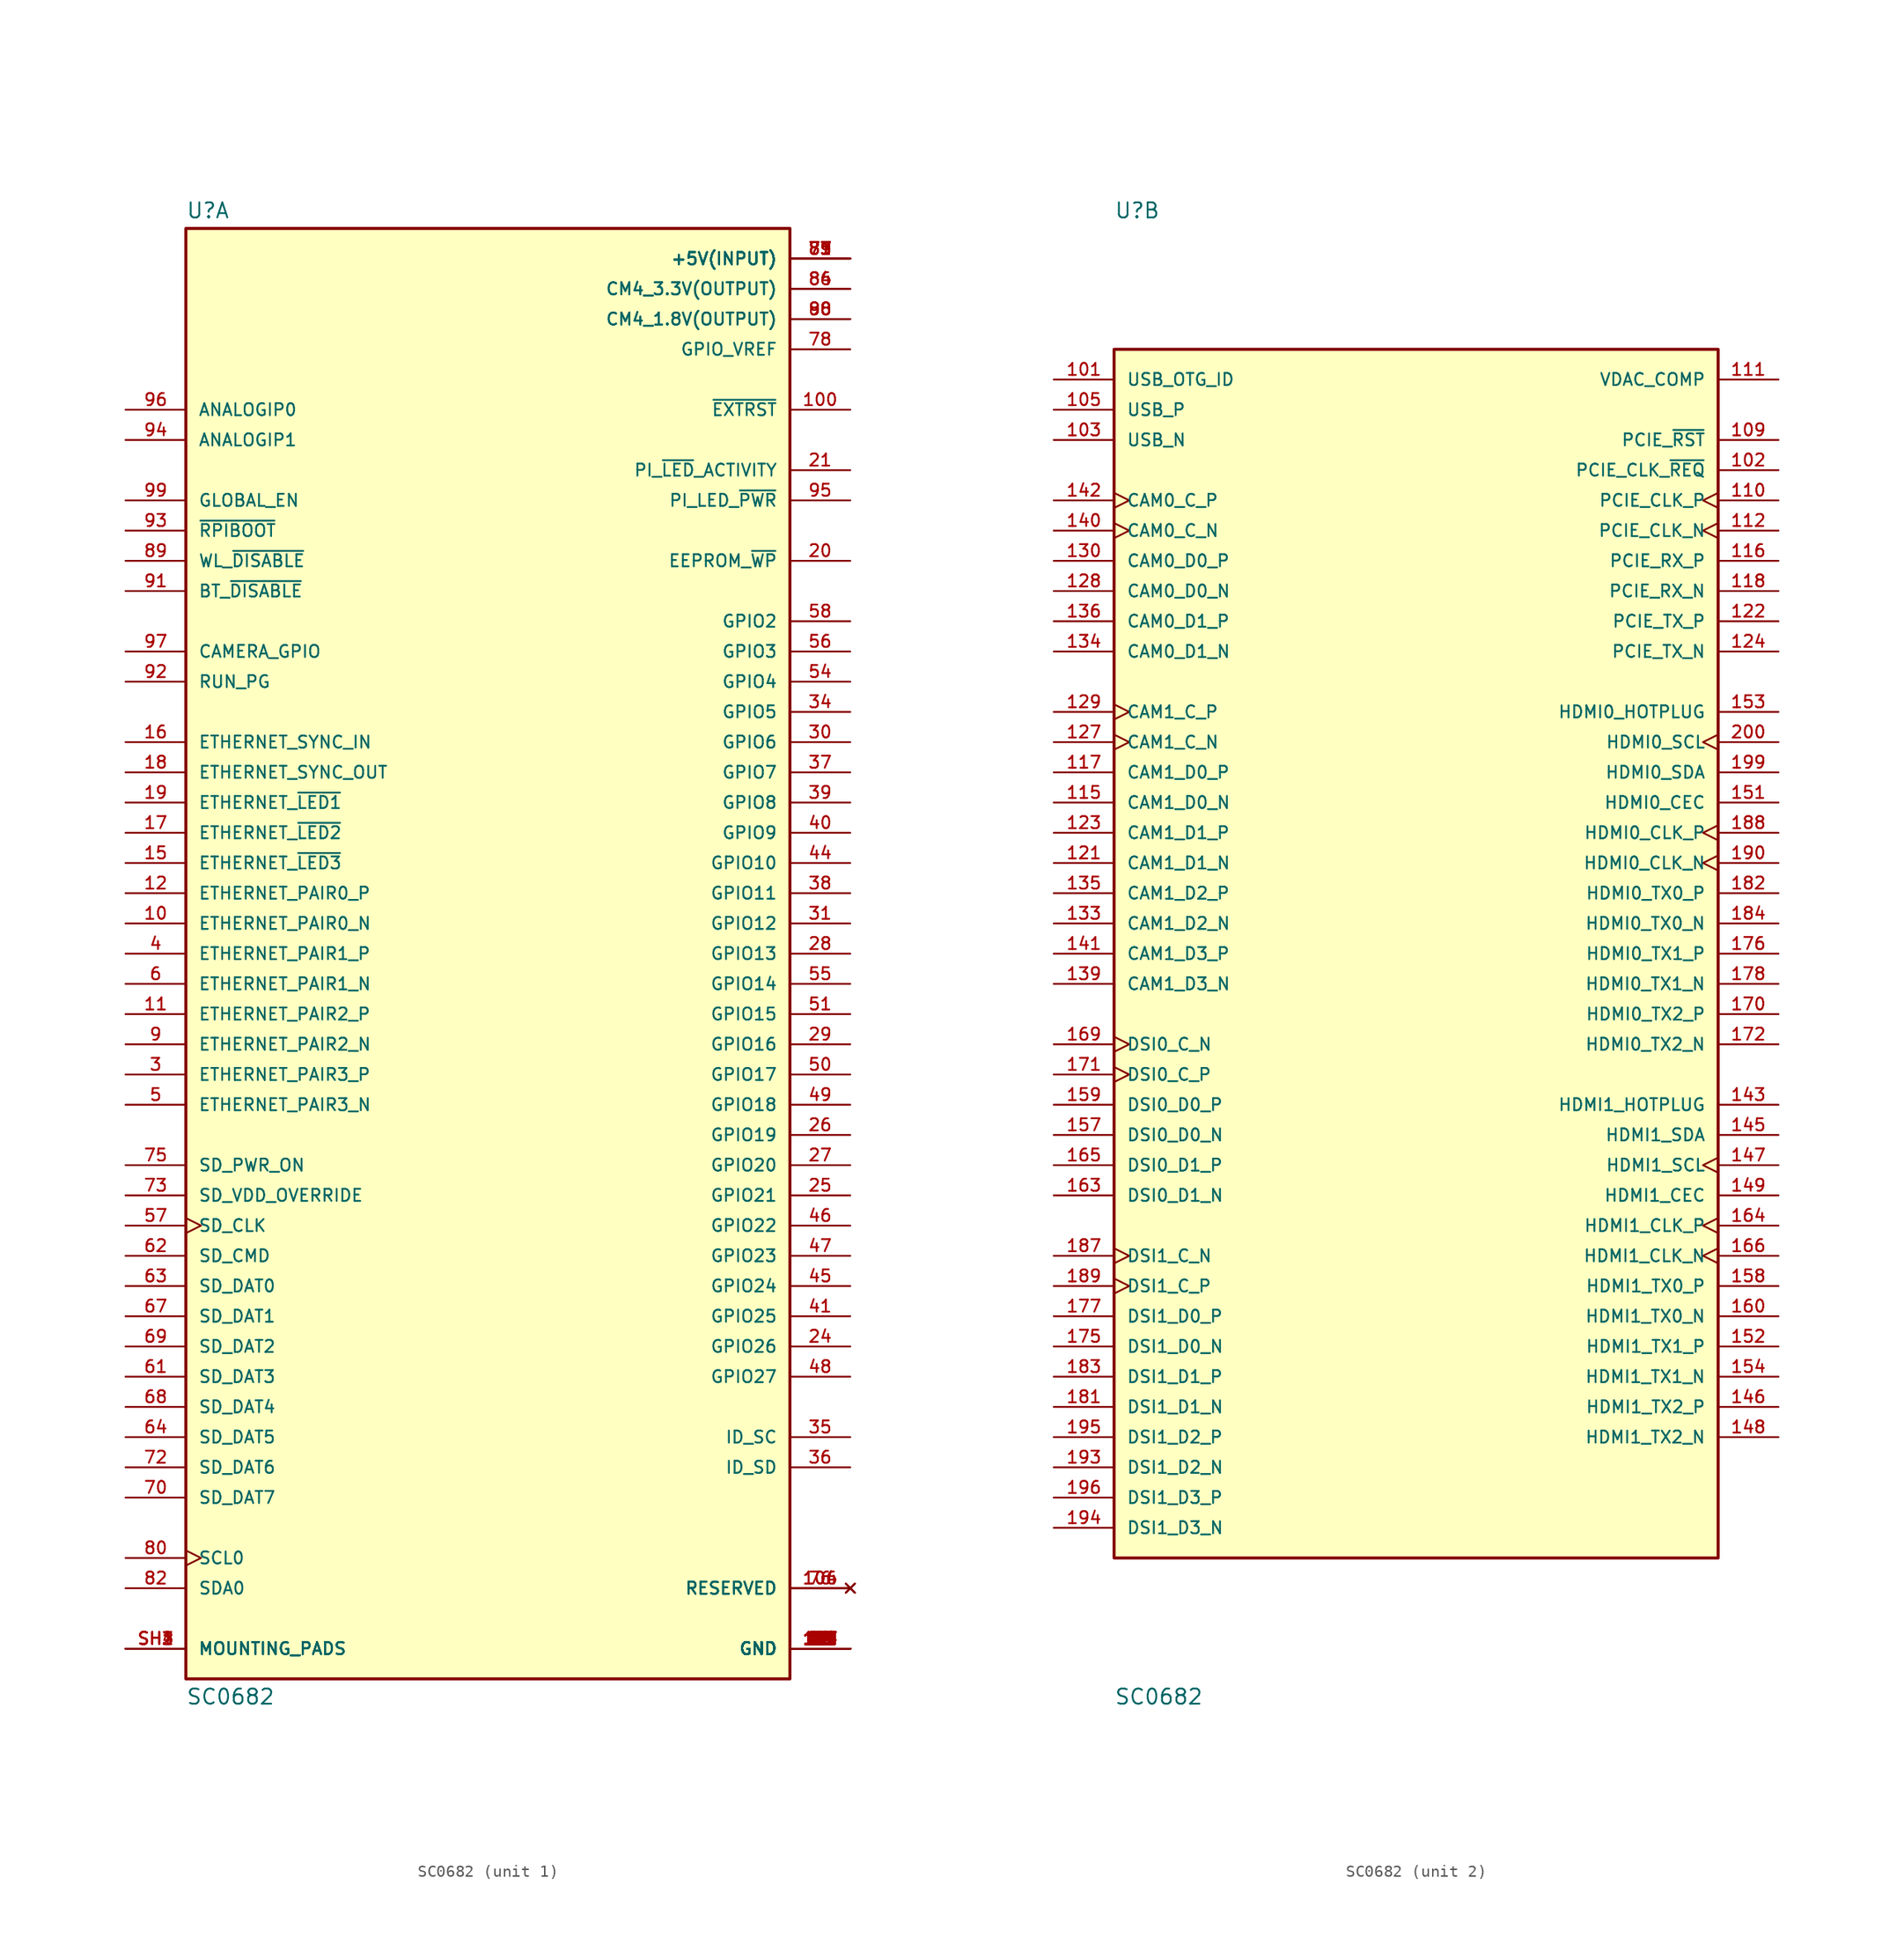
<source format=kicad_sym>
(kicad_symbol_lib
  (version 20211014)
  (generator kicad_symbol_editor)
  (symbol "SC0682"
    (pin_names
      (offset 1.016))
    (property "Reference" "U"
      (at -25.4 61.722 0)
      (effects (font (size 1.27 1.27)) (justify bottom left)))
    (property "Value" "SC0682"
      (at -25.4 -61.722 0)
      (effects (font (size 1.27 1.27)) (justify top left)))
    (symbol "SC0682_1_0"
      (rectangle (start -25.4 -60.96) (end 25.4 60.96) (stroke (width 0.254)) (fill (type background)))
      (pin power_in line (at 30.48 -58.42 180.0) (length 5.08) (name "GND" (effects (font (size 1.016 1.016)))) (number "1" (effects (font (size 1.016 1.016)))))
      (pin power_in line (at 30.48 -58.42 180.0) (length 5.08) (name "GND" (effects (font (size 1.016 1.016)))) (number "2" (effects (font (size 1.016 1.016)))))
      (pin power_in line (at 30.48 -58.42 180.0) (length 5.08) (name "GND" (effects (font (size 1.016 1.016)))) (number "7" (effects (font (size 1.016 1.016)))))
      (pin power_in line (at 30.48 -58.42 180.0) (length 5.08) (name "GND" (effects (font (size 1.016 1.016)))) (number "8" (effects (font (size 1.016 1.016)))))
      (pin power_in line (at 30.48 -58.42 180.0) (length 5.08) (name "GND" (effects (font (size 1.016 1.016)))) (number "13" (effects (font (size 1.016 1.016)))))
      (pin power_in line (at 30.48 -58.42 180.0) (length 5.08) (name "GND" (effects (font (size 1.016 1.016)))) (number "14" (effects (font (size 1.016 1.016)))))
      (pin power_in line (at 30.48 -58.42 180.0) (length 5.08) (name "GND" (effects (font (size 1.016 1.016)))) (number "22" (effects (font (size 1.016 1.016)))))
      (pin power_in line (at 30.48 -58.42 180.0) (length 5.08) (name "GND" (effects (font (size 1.016 1.016)))) (number "23" (effects (font (size 1.016 1.016)))))
      (pin power_in line (at 30.48 -58.42 180.0) (length 5.08) (name "GND" (effects (font (size 1.016 1.016)))) (number "32" (effects (font (size 1.016 1.016)))))
      (pin power_in line (at 30.48 -58.42 180.0) (length 5.08) (name "GND" (effects (font (size 1.016 1.016)))) (number "33" (effects (font (size 1.016 1.016)))))
      (pin power_in line (at 30.48 -58.42 180.0) (length 5.08) (name "GND" (effects (font (size 1.016 1.016)))) (number "42" (effects (font (size 1.016 1.016)))))
      (pin power_in line (at 30.48 -58.42 180.0) (length 5.08) (name "GND" (effects (font (size 1.016 1.016)))) (number "43" (effects (font (size 1.016 1.016)))))
      (pin power_in line (at 30.48 -58.42 180.0) (length 5.08) (name "GND" (effects (font (size 1.016 1.016)))) (number "52" (effects (font (size 1.016 1.016)))))
      (pin power_in line (at 30.48 -58.42 180.0) (length 5.08) (name "GND" (effects (font (size 1.016 1.016)))) (number "53" (effects (font (size 1.016 1.016)))))
      (pin power_in line (at 30.48 -58.42 180.0) (length 5.08) (name "GND" (effects (font (size 1.016 1.016)))) (number "59" (effects (font (size 1.016 1.016)))))
      (pin power_in line (at 30.48 -58.42 180.0) (length 5.08) (name "GND" (effects (font (size 1.016 1.016)))) (number "60" (effects (font (size 1.016 1.016)))))
      (pin power_in line (at 30.48 -58.42 180.0) (length 5.08) (name "GND" (effects (font (size 1.016 1.016)))) (number "65" (effects (font (size 1.016 1.016)))))
      (pin power_in line (at 30.48 -58.42 180.0) (length 5.08) (name "GND" (effects (font (size 1.016 1.016)))) (number "66" (effects (font (size 1.016 1.016)))))
      (pin power_in line (at 30.48 -58.42 180.0) (length 5.08) (name "GND" (effects (font (size 1.016 1.016)))) (number "71" (effects (font (size 1.016 1.016)))))
      (pin power_in line (at 30.48 -58.42 180.0) (length 5.08) (name "GND" (effects (font (size 1.016 1.016)))) (number "74" (effects (font (size 1.016 1.016)))))
      (pin power_in line (at 30.48 -58.42 180.0) (length 5.08) (name "GND" (effects (font (size 1.016 1.016)))) (number "98" (effects (font (size 1.016 1.016)))))
      (pin power_in line (at 30.48 -58.42 180.0) (length 5.08) (name "GND" (effects (font (size 1.016 1.016)))) (number "107" (effects (font (size 1.016 1.016)))))
      (pin power_in line (at 30.48 -58.42 180.0) (length 5.08) (name "GND" (effects (font (size 1.016 1.016)))) (number "108" (effects (font (size 1.016 1.016)))))
      (pin power_in line (at 30.48 -58.42 180.0) (length 5.08) (name "GND" (effects (font (size 1.016 1.016)))) (number "113" (effects (font (size 1.016 1.016)))))
      (pin power_in line (at 30.48 -58.42 180.0) (length 5.08) (name "GND" (effects (font (size 1.016 1.016)))) (number "114" (effects (font (size 1.016 1.016)))))
      (pin power_in line (at 30.48 -58.42 180.0) (length 5.08) (name "GND" (effects (font (size 1.016 1.016)))) (number "119" (effects (font (size 1.016 1.016)))))
      (pin power_in line (at 30.48 -58.42 180.0) (length 5.08) (name "GND" (effects (font (size 1.016 1.016)))) (number "120" (effects (font (size 1.016 1.016)))))
      (pin power_in line (at 30.48 -58.42 180.0) (length 5.08) (name "GND" (effects (font (size 1.016 1.016)))) (number "125" (effects (font (size 1.016 1.016)))))
      (pin power_in line (at 30.48 -58.42 180.0) (length 5.08) (name "GND" (effects (font (size 1.016 1.016)))) (number "126" (effects (font (size 1.016 1.016)))))
      (pin power_in line (at 30.48 -58.42 180.0) (length 5.08) (name "GND" (effects (font (size 1.016 1.016)))) (number "131" (effects (font (size 1.016 1.016)))))
      (pin power_in line (at 30.48 -58.42 180.0) (length 5.08) (name "GND" (effects (font (size 1.016 1.016)))) (number "132" (effects (font (size 1.016 1.016)))))
      (pin power_in line (at 30.48 -58.42 180.0) (length 5.08) (name "GND" (effects (font (size 1.016 1.016)))) (number "137" (effects (font (size 1.016 1.016)))))
      (pin power_in line (at 30.48 -58.42 180.0) (length 5.08) (name "GND" (effects (font (size 1.016 1.016)))) (number "138" (effects (font (size 1.016 1.016)))))
      (pin power_in line (at 30.48 -58.42 180.0) (length 5.08) (name "GND" (effects (font (size 1.016 1.016)))) (number "144" (effects (font (size 1.016 1.016)))))
      (pin power_in line (at 30.48 -58.42 180.0) (length 5.08) (name "GND" (effects (font (size 1.016 1.016)))) (number "150" (effects (font (size 1.016 1.016)))))
      (pin power_in line (at 30.48 -58.42 180.0) (length 5.08) (name "GND" (effects (font (size 1.016 1.016)))) (number "155" (effects (font (size 1.016 1.016)))))
      (pin power_in line (at 30.48 -58.42 180.0) (length 5.08) (name "GND" (effects (font (size 1.016 1.016)))) (number "156" (effects (font (size 1.016 1.016)))))
      (pin power_in line (at 30.48 -58.42 180.0) (length 5.08) (name "GND" (effects (font (size 1.016 1.016)))) (number "161" (effects (font (size 1.016 1.016)))))
      (pin power_in line (at 30.48 -58.42 180.0) (length 5.08) (name "GND" (effects (font (size 1.016 1.016)))) (number "162" (effects (font (size 1.016 1.016)))))
      (pin power_in line (at 30.48 -58.42 180.0) (length 5.08) (name "GND" (effects (font (size 1.016 1.016)))) (number "167" (effects (font (size 1.016 1.016)))))
      (pin power_in line (at 30.48 -58.42 180.0) (length 5.08) (name "GND" (effects (font (size 1.016 1.016)))) (number "168" (effects (font (size 1.016 1.016)))))
      (pin power_in line (at 30.48 -58.42 180.0) (length 5.08) (name "GND" (effects (font (size 1.016 1.016)))) (number "173" (effects (font (size 1.016 1.016)))))
      (pin power_in line (at 30.48 -58.42 180.0) (length 5.08) (name "GND" (effects (font (size 1.016 1.016)))) (number "174" (effects (font (size 1.016 1.016)))))
      (pin power_in line (at 30.48 -58.42 180.0) (length 5.08) (name "GND" (effects (font (size 1.016 1.016)))) (number "179" (effects (font (size 1.016 1.016)))))
      (pin power_in line (at 30.48 -58.42 180.0) (length 5.08) (name "GND" (effects (font (size 1.016 1.016)))) (number "180" (effects (font (size 1.016 1.016)))))
      (pin power_in line (at 30.48 -58.42 180.0) (length 5.08) (name "GND" (effects (font (size 1.016 1.016)))) (number "185" (effects (font (size 1.016 1.016)))))
      (pin power_in line (at 30.48 -58.42 180.0) (length 5.08) (name "GND" (effects (font (size 1.016 1.016)))) (number "186" (effects (font (size 1.016 1.016)))))
      (pin power_in line (at 30.48 -58.42 180.0) (length 5.08) (name "GND" (effects (font (size 1.016 1.016)))) (number "191" (effects (font (size 1.016 1.016)))))
      (pin power_in line (at 30.48 -58.42 180.0) (length 5.08) (name "GND" (effects (font (size 1.016 1.016)))) (number "192" (effects (font (size 1.016 1.016)))))
      (pin power_in line (at 30.48 -58.42 180.0) (length 5.08) (name "GND" (effects (font (size 1.016 1.016)))) (number "197" (effects (font (size 1.016 1.016)))))
      (pin power_in line (at 30.48 -58.42 180.0) (length 5.08) (name "GND" (effects (font (size 1.016 1.016)))) (number "198" (effects (font (size 1.016 1.016)))))
      (pin bidirectional line (at -30.48 -10.16 0) (length 5.08) (name "ETHERNET_PAIR3_P" (effects (font (size 1.016 1.016)))) (number "3" (effects (font (size 1.016 1.016)))))
      (pin bidirectional line (at -30.48 0.0 0) (length 5.08) (name "ETHERNET_PAIR1_P" (effects (font (size 1.016 1.016)))) (number "4" (effects (font (size 1.016 1.016)))))
      (pin bidirectional line (at -30.48 -12.7 0) (length 5.08) (name "ETHERNET_PAIR3_N" (effects (font (size 1.016 1.016)))) (number "5" (effects (font (size 1.016 1.016)))))
      (pin bidirectional line (at -30.48 -2.54 0) (length 5.08) (name "ETHERNET_PAIR1_N" (effects (font (size 1.016 1.016)))) (number "6" (effects (font (size 1.016 1.016)))))
      (pin bidirectional line (at -30.48 -7.62 0) (length 5.08) (name "ETHERNET_PAIR2_N" (effects (font (size 1.016 1.016)))) (number "9" (effects (font (size 1.016 1.016)))))
      (pin bidirectional line (at -30.48 2.54 0) (length 5.08) (name "ETHERNET_PAIR0_N" (effects (font (size 1.016 1.016)))) (number "10" (effects (font (size 1.016 1.016)))))
      (pin bidirectional line (at -30.48 -5.08 0) (length 5.08) (name "ETHERNET_PAIR2_P" (effects (font (size 1.016 1.016)))) (number "11" (effects (font (size 1.016 1.016)))))
      (pin bidirectional line (at -30.48 5.08 0) (length 5.08) (name "ETHERNET_PAIR0_P" (effects (font (size 1.016 1.016)))) (number "12" (effects (font (size 1.016 1.016)))))
      (pin output line (at -30.48 7.62 0) (length 5.08) (name "ETHERNET_~{LED3}" (effects (font (size 1.016 1.016)))) (number "15" (effects (font (size 1.016 1.016)))))
      (pin input line (at -30.48 17.78 0) (length 5.08) (name "ETHERNET_SYNC_IN" (effects (font (size 1.016 1.016)))) (number "16" (effects (font (size 1.016 1.016)))))
      (pin output line (at -30.48 10.16 0) (length 5.08) (name "ETHERNET_~{LED2}" (effects (font (size 1.016 1.016)))) (number "17" (effects (font (size 1.016 1.016)))))
      (pin output line (at -30.48 15.24 0) (length 5.08) (name "ETHERNET_SYNC_OUT" (effects (font (size 1.016 1.016)))) (number "18" (effects (font (size 1.016 1.016)))))
      (pin output line (at -30.48 12.7 0) (length 5.08) (name "ETHERNET_~{LED1}" (effects (font (size 1.016 1.016)))) (number "19" (effects (font (size 1.016 1.016)))))
      (pin bidirectional line (at 30.48 33.02 180.0) (length 5.08) (name "EEPROM_~{WP}" (effects (font (size 1.016 1.016)))) (number "20" (effects (font (size 1.016 1.016)))))
      (pin bidirectional line (at 30.48 40.64 180.0) (length 5.08) (name "PI_~{LED}_ACTIVITY" (effects (font (size 1.016 1.016)))) (number "21" (effects (font (size 1.016 1.016)))))
      (pin bidirectional line (at 30.48 -33.02 180.0) (length 5.08) (name "GPIO26" (effects (font (size 1.016 1.016)))) (number "24" (effects (font (size 1.016 1.016)))))
      (pin bidirectional line (at 30.48 -20.32 180.0) (length 5.08) (name "GPIO21" (effects (font (size 1.016 1.016)))) (number "25" (effects (font (size 1.016 1.016)))))
      (pin bidirectional line (at 30.48 -15.24 180.0) (length 5.08) (name "GPIO19" (effects (font (size 1.016 1.016)))) (number "26" (effects (font (size 1.016 1.016)))))
      (pin bidirectional line (at 30.48 -17.78 180.0) (length 5.08) (name "GPIO20" (effects (font (size 1.016 1.016)))) (number "27" (effects (font (size 1.016 1.016)))))
      (pin bidirectional line (at 30.48 0.0 180.0) (length 5.08) (name "GPIO13" (effects (font (size 1.016 1.016)))) (number "28" (effects (font (size 1.016 1.016)))))
      (pin bidirectional line (at 30.48 -7.62 180.0) (length 5.08) (name "GPIO16" (effects (font (size 1.016 1.016)))) (number "29" (effects (font (size 1.016 1.016)))))
      (pin bidirectional line (at 30.48 17.78 180.0) (length 5.08) (name "GPIO6" (effects (font (size 1.016 1.016)))) (number "30" (effects (font (size 1.016 1.016)))))
      (pin bidirectional line (at 30.48 2.54 180.0) (length 5.08) (name "GPIO12" (effects (font (size 1.016 1.016)))) (number "31" (effects (font (size 1.016 1.016)))))
      (pin bidirectional line (at 30.48 20.32 180.0) (length 5.08) (name "GPIO5" (effects (font (size 1.016 1.016)))) (number "34" (effects (font (size 1.016 1.016)))))
      (pin bidirectional line (at 30.48 -40.64 180.0) (length 5.08) (name "ID_SC" (effects (font (size 1.016 1.016)))) (number "35" (effects (font (size 1.016 1.016)))))
      (pin bidirectional line (at 30.48 -43.18 180.0) (length 5.08) (name "ID_SD" (effects (font (size 1.016 1.016)))) (number "36" (effects (font (size 1.016 1.016)))))
      (pin bidirectional line (at 30.48 15.24 180.0) (length 5.08) (name "GPIO7" (effects (font (size 1.016 1.016)))) (number "37" (effects (font (size 1.016 1.016)))))
      (pin bidirectional line (at 30.48 5.08 180.0) (length 5.08) (name "GPIO11" (effects (font (size 1.016 1.016)))) (number "38" (effects (font (size 1.016 1.016)))))
      (pin bidirectional line (at 30.48 12.7 180.0) (length 5.08) (name "GPIO8" (effects (font (size 1.016 1.016)))) (number "39" (effects (font (size 1.016 1.016)))))
      (pin bidirectional line (at 30.48 10.16 180.0) (length 5.08) (name "GPIO9" (effects (font (size 1.016 1.016)))) (number "40" (effects (font (size 1.016 1.016)))))
      (pin bidirectional line (at 30.48 -30.48 180.0) (length 5.08) (name "GPIO25" (effects (font (size 1.016 1.016)))) (number "41" (effects (font (size 1.016 1.016)))))
      (pin bidirectional line (at 30.48 7.62 180.0) (length 5.08) (name "GPIO10" (effects (font (size 1.016 1.016)))) (number "44" (effects (font (size 1.016 1.016)))))
      (pin bidirectional line (at 30.48 -27.94 180.0) (length 5.08) (name "GPIO24" (effects (font (size 1.016 1.016)))) (number "45" (effects (font (size 1.016 1.016)))))
      (pin bidirectional line (at 30.48 -25.4 180.0) (length 5.08) (name "GPIO23" (effects (font (size 1.016 1.016)))) (number "47" (effects (font (size 1.016 1.016)))))
      (pin bidirectional line (at 30.48 -22.86 180.0) (length 5.08) (name "GPIO22" (effects (font (size 1.016 1.016)))) (number "46" (effects (font (size 1.016 1.016)))))
      (pin bidirectional line (at 30.48 -35.56 180.0) (length 5.08) (name "GPIO27" (effects (font (size 1.016 1.016)))) (number "48" (effects (font (size 1.016 1.016)))))
      (pin bidirectional line (at 30.48 -12.7 180.0) (length 5.08) (name "GPIO18" (effects (font (size 1.016 1.016)))) (number "49" (effects (font (size 1.016 1.016)))))
      (pin bidirectional line (at 30.48 -10.16 180.0) (length 5.08) (name "GPIO17" (effects (font (size 1.016 1.016)))) (number "50" (effects (font (size 1.016 1.016)))))
      (pin bidirectional line (at 30.48 -5.08 180.0) (length 5.08) (name "GPIO15" (effects (font (size 1.016 1.016)))) (number "51" (effects (font (size 1.016 1.016)))))
      (pin bidirectional line (at 30.48 22.86 180.0) (length 5.08) (name "GPIO4" (effects (font (size 1.016 1.016)))) (number "54" (effects (font (size 1.016 1.016)))))
      (pin bidirectional line (at 30.48 -2.54 180.0) (length 5.08) (name "GPIO14" (effects (font (size 1.016 1.016)))) (number "55" (effects (font (size 1.016 1.016)))))
      (pin bidirectional line (at 30.48 25.4 180.0) (length 5.08) (name "GPIO3" (effects (font (size 1.016 1.016)))) (number "56" (effects (font (size 1.016 1.016)))))
      (pin bidirectional clock (at -30.48 -22.86 0) (length 5.08) (name "SD_CLK" (effects (font (size 1.016 1.016)))) (number "57" (effects (font (size 1.016 1.016)))))
      (pin bidirectional line (at -30.48 -35.56 0) (length 5.08) (name "SD_DAT3" (effects (font (size 1.016 1.016)))) (number "61" (effects (font (size 1.016 1.016)))))
      (pin input line (at -30.48 -25.4 0) (length 5.08) (name "SD_CMD" (effects (font (size 1.016 1.016)))) (number "62" (effects (font (size 1.016 1.016)))))
      (pin bidirectional line (at -30.48 -27.94 0) (length 5.08) (name "SD_DAT0" (effects (font (size 1.016 1.016)))) (number "63" (effects (font (size 1.016 1.016)))))
      (pin bidirectional line (at -30.48 -40.64 0) (length 5.08) (name "SD_DAT5" (effects (font (size 1.016 1.016)))) (number "64" (effects (font (size 1.016 1.016)))))
      (pin bidirectional line (at -30.48 -30.48 0) (length 5.08) (name "SD_DAT1" (effects (font (size 1.016 1.016)))) (number "67" (effects (font (size 1.016 1.016)))))
      (pin bidirectional line (at -30.48 -38.1 0) (length 5.08) (name "SD_DAT4" (effects (font (size 1.016 1.016)))) (number "68" (effects (font (size 1.016 1.016)))))
      (pin bidirectional line (at -30.48 -33.02 0) (length 5.08) (name "SD_DAT2" (effects (font (size 1.016 1.016)))) (number "69" (effects (font (size 1.016 1.016)))))
      (pin bidirectional line (at -30.48 -43.18 0) (length 5.08) (name "SD_DAT6" (effects (font (size 1.016 1.016)))) (number "72" (effects (font (size 1.016 1.016)))))
      (pin bidirectional line (at -30.48 -45.72 0) (length 5.08) (name "SD_DAT7" (effects (font (size 1.016 1.016)))) (number "70" (effects (font (size 1.016 1.016)))))
      (pin input line (at -30.48 -20.32 0) (length 5.08) (name "SD_VDD_OVERRIDE" (effects (font (size 1.016 1.016)))) (number "73" (effects (font (size 1.016 1.016)))))
      (pin output line (at -30.48 -17.78 0) (length 5.08) (name "SD_PWR_ON" (effects (font (size 1.016 1.016)))) (number "75" (effects (font (size 1.016 1.016)))))
      (pin no_connect line (at 30.48 -53.34 180.0) (length 5.08) (name "RESERVED" (effects (font (size 1.016 1.016)))) (number "76" (effects (font (size 1.016 1.016)))))
      (pin no_connect line (at 30.48 -53.34 180.0) (length 5.08) (name "RESERVED" (effects (font (size 1.016 1.016)))) (number "104" (effects (font (size 1.016 1.016)))))
      (pin no_connect line (at 30.48 -53.34 180.0) (length 5.08) (name "RESERVED" (effects (font (size 1.016 1.016)))) (number "106" (effects (font (size 1.016 1.016)))))
      (pin power_in line (at 30.48 58.42 180.0) (length 5.08) (name "+5V(INPUT)" (effects (font (size 1.016 1.016)))) (number "77" (effects (font (size 1.016 1.016)))))
      (pin power_in line (at 30.48 58.42 180.0) (length 5.08) (name "+5V(INPUT)" (effects (font (size 1.016 1.016)))) (number "79" (effects (font (size 1.016 1.016)))))
      (pin power_in line (at 30.48 58.42 180.0) (length 5.08) (name "+5V(INPUT)" (effects (font (size 1.016 1.016)))) (number "81" (effects (font (size 1.016 1.016)))))
      (pin power_in line (at 30.48 58.42 180.0) (length 5.08) (name "+5V(INPUT)" (effects (font (size 1.016 1.016)))) (number "83" (effects (font (size 1.016 1.016)))))
      (pin power_in line (at 30.48 58.42 180.0) (length 5.08) (name "+5V(INPUT)" (effects (font (size 1.016 1.016)))) (number "85" (effects (font (size 1.016 1.016)))))
      (pin power_in line (at 30.48 58.42 180.0) (length 5.08) (name "+5V(INPUT)" (effects (font (size 1.016 1.016)))) (number "87" (effects (font (size 1.016 1.016)))))
      (pin input clock (at -30.48 -50.8 0) (length 5.08) (name "SCL0" (effects (font (size 1.016 1.016)))) (number "80" (effects (font (size 1.016 1.016)))))
      (pin bidirectional line (at -30.48 -53.34 0) (length 5.08) (name "SDA0" (effects (font (size 1.016 1.016)))) (number "82" (effects (font (size 1.016 1.016)))))
      (pin power_in line (at 30.48 55.88 180.0) (length 5.08) (name "CM4_3.3V(OUTPUT)" (effects (font (size 1.016 1.016)))) (number "84" (effects (font (size 1.016 1.016)))))
      (pin power_in line (at 30.48 55.88 180.0) (length 5.08) (name "CM4_3.3V(OUTPUT)" (effects (font (size 1.016 1.016)))) (number "86" (effects (font (size 1.016 1.016)))))
      (pin power_in line (at 30.48 53.34 180.0) (length 5.08) (name "CM4_1.8V(OUTPUT)" (effects (font (size 1.016 1.016)))) (number "88" (effects (font (size 1.016 1.016)))))
      (pin power_in line (at 30.48 53.34 180.0) (length 5.08) (name "CM4_1.8V(OUTPUT)" (effects (font (size 1.016 1.016)))) (number "90" (effects (font (size 1.016 1.016)))))
      (pin input line (at -30.48 33.02 0) (length 5.08) (name "WL_~{DISABLE}" (effects (font (size 1.016 1.016)))) (number "89" (effects (font (size 1.016 1.016)))))
      (pin input line (at -30.48 30.48 0) (length 5.08) (name "BT_~{DISABLE}" (effects (font (size 1.016 1.016)))) (number "91" (effects (font (size 1.016 1.016)))))
      (pin bidirectional line (at -30.48 22.86 0) (length 5.08) (name "RUN_PG" (effects (font (size 1.016 1.016)))) (number "92" (effects (font (size 1.016 1.016)))))
      (pin input line (at -30.48 35.56 0) (length 5.08) (name "~{RPIBOOT}" (effects (font (size 1.016 1.016)))) (number "93" (effects (font (size 1.016 1.016)))))
      (pin input line (at -30.48 43.18 0) (length 5.08) (name "ANALOGIP1" (effects (font (size 1.016 1.016)))) (number "94" (effects (font (size 1.016 1.016)))))
      (pin output line (at 30.48 38.1 180.0) (length 5.08) (name "PI_LED_~{PWR}" (effects (font (size 1.016 1.016)))) (number "95" (effects (font (size 1.016 1.016)))))
      (pin input line (at -30.48 45.72 0) (length 5.08) (name "ANALOGIP0" (effects (font (size 1.016 1.016)))) (number "96" (effects (font (size 1.016 1.016)))))
      (pin bidirectional line (at -30.48 25.4 0) (length 5.08) (name "CAMERA_GPIO" (effects (font (size 1.016 1.016)))) (number "97" (effects (font (size 1.016 1.016)))))
      (pin input line (at -30.48 38.1 0) (length 5.08) (name "GLOBAL_EN" (effects (font (size 1.016 1.016)))) (number "99" (effects (font (size 1.016 1.016)))))
      (pin output line (at 30.48 45.72 180.0) (length 5.08) (name "~{EXTRST}" (effects (font (size 1.016 1.016)))) (number "100" (effects (font (size 1.016 1.016)))))
      (pin bidirectional line (at 30.48 27.94 180.0) (length 5.08) (name "GPIO2" (effects (font (size 1.016 1.016)))) (number "58" (effects (font (size 1.016 1.016)))))
      (pin power_in line (at 30.48 50.8 180.0) (length 5.08) (name "GPIO_VREF" (effects (font (size 1.016 1.016)))) (number "78" (effects (font (size 1.016 1.016)))))
      (pin passive line (at -30.48 -58.42 0) (length 5.08) (name "MOUNTING_PADS" (effects (font (size 1.016 1.016)))) (number "SH1" (effects (font (size 1.016 1.016)))))
      (pin passive line (at -30.48 -58.42 0) (length 5.08) (name "MOUNTING_PADS" (effects (font (size 1.016 1.016)))) (number "SH2" (effects (font (size 1.016 1.016)))))
      (pin passive line (at -30.48 -58.42 0) (length 5.08) (name "MOUNTING_PADS" (effects (font (size 1.016 1.016)))) (number "SH3" (effects (font (size 1.016 1.016)))))
      (pin passive line (at -30.48 -58.42 0) (length 5.08) (name "MOUNTING_PADS" (effects (font (size 1.016 1.016)))) (number "SH4" (effects (font (size 1.016 1.016))))))
    (symbol "SC0682_2_0"
      (rectangle (start -25.4 -50.8) (end 25.4 50.8) (stroke (width 0.254)) (fill (type background)))
      (pin input line (at -30.48 48.26 0) (length 5.08) (name "USB_OTG_ID" (effects (font (size 1.016 1.016)))) (number "101" (effects (font (size 1.016 1.016)))))
      (pin input line (at 30.48 40.64 180.0) (length 5.08) (name "PCIE_CLK_~{REQ}" (effects (font (size 1.016 1.016)))) (number "102" (effects (font (size 1.016 1.016)))))
      (pin bidirectional line (at -30.48 43.18 0) (length 5.08) (name "USB_N" (effects (font (size 1.016 1.016)))) (number "103" (effects (font (size 1.016 1.016)))))
      (pin bidirectional line (at -30.48 45.72 0) (length 5.08) (name "USB_P" (effects (font (size 1.016 1.016)))) (number "105" (effects (font (size 1.016 1.016)))))
      (pin output line (at 30.48 43.18 180.0) (length 5.08) (name "PCIE_~{RST}" (effects (font (size 1.016 1.016)))) (number "109" (effects (font (size 1.016 1.016)))))
      (pin output clock (at 30.48 38.1 180.0) (length 5.08) (name "PCIE_CLK_P" (effects (font (size 1.016 1.016)))) (number "110" (effects (font (size 1.016 1.016)))))
      (pin output line (at 30.48 48.26 180.0) (length 5.08) (name "VDAC_COMP" (effects (font (size 1.016 1.016)))) (number "111" (effects (font (size 1.016 1.016)))))
      (pin output clock (at 30.48 35.56 180.0) (length 5.08) (name "PCIE_CLK_N" (effects (font (size 1.016 1.016)))) (number "112" (effects (font (size 1.016 1.016)))))
      (pin input line (at -30.48 12.7 0) (length 5.08) (name "CAM1_D0_N" (effects (font (size 1.016 1.016)))) (number "115" (effects (font (size 1.016 1.016)))))
      (pin input line (at 30.48 33.02 180.0) (length 5.08) (name "PCIE_RX_P" (effects (font (size 1.016 1.016)))) (number "116" (effects (font (size 1.016 1.016)))))
      (pin input line (at -30.48 15.24 0) (length 5.08) (name "CAM1_D0_P" (effects (font (size 1.016 1.016)))) (number "117" (effects (font (size 1.016 1.016)))))
      (pin input line (at 30.48 30.48 180.0) (length 5.08) (name "PCIE_RX_N" (effects (font (size 1.016 1.016)))) (number "118" (effects (font (size 1.016 1.016)))))
      (pin input line (at -30.48 10.16 0) (length 5.08) (name "CAM1_D1_P" (effects (font (size 1.016 1.016)))) (number "123" (effects (font (size 1.016 1.016)))))
      (pin output line (at 30.48 25.4 180.0) (length 5.08) (name "PCIE_TX_N" (effects (font (size 1.016 1.016)))) (number "124" (effects (font (size 1.016 1.016)))))
      (pin input clock (at -30.48 17.78 0) (length 5.08) (name "CAM1_C_N" (effects (font (size 1.016 1.016)))) (number "127" (effects (font (size 1.016 1.016)))))
      (pin input line (at -30.48 30.48 0) (length 5.08) (name "CAM0_D0_N" (effects (font (size 1.016 1.016)))) (number "128" (effects (font (size 1.016 1.016)))))
      (pin input clock (at -30.48 20.32 0) (length 5.08) (name "CAM1_C_P" (effects (font (size 1.016 1.016)))) (number "129" (effects (font (size 1.016 1.016)))))
      (pin input line (at -30.48 33.02 0) (length 5.08) (name "CAM0_D0_P" (effects (font (size 1.016 1.016)))) (number "130" (effects (font (size 1.016 1.016)))))
      (pin input line (at -30.48 2.54 0) (length 5.08) (name "CAM1_D2_N" (effects (font (size 1.016 1.016)))) (number "133" (effects (font (size 1.016 1.016)))))
      (pin input line (at -30.48 25.4 0) (length 5.08) (name "CAM0_D1_N" (effects (font (size 1.016 1.016)))) (number "134" (effects (font (size 1.016 1.016)))))
      (pin input line (at -30.48 5.08 0) (length 5.08) (name "CAM1_D2_P" (effects (font (size 1.016 1.016)))) (number "135" (effects (font (size 1.016 1.016)))))
      (pin input line (at -30.48 27.94 0) (length 5.08) (name "CAM0_D1_P" (effects (font (size 1.016 1.016)))) (number "136" (effects (font (size 1.016 1.016)))))
      (pin input line (at -30.48 -2.54 0) (length 5.08) (name "CAM1_D3_N" (effects (font (size 1.016 1.016)))) (number "139" (effects (font (size 1.016 1.016)))))
      (pin input clock (at -30.48 35.56 0) (length 5.08) (name "CAM0_C_N" (effects (font (size 1.016 1.016)))) (number "140" (effects (font (size 1.016 1.016)))))
      (pin input line (at -30.48 0.0 0) (length 5.08) (name "CAM1_D3_P" (effects (font (size 1.016 1.016)))) (number "141" (effects (font (size 1.016 1.016)))))
      (pin input clock (at -30.48 38.1 0) (length 5.08) (name "CAM0_C_P" (effects (font (size 1.016 1.016)))) (number "142" (effects (font (size 1.016 1.016)))))
      (pin input line (at 30.48 -12.7 180.0) (length 5.08) (name "HDMI1_HOTPLUG" (effects (font (size 1.016 1.016)))) (number "143" (effects (font (size 1.016 1.016)))))
      (pin bidirectional line (at 30.48 -15.24 180.0) (length 5.08) (name "HDMI1_SDA" (effects (font (size 1.016 1.016)))) (number "145" (effects (font (size 1.016 1.016)))))
      (pin output line (at 30.48 -38.1 180.0) (length 5.08) (name "HDMI1_TX2_P" (effects (font (size 1.016 1.016)))) (number "146" (effects (font (size 1.016 1.016)))))
      (pin bidirectional clock (at 30.48 -17.78 180.0) (length 5.08) (name "HDMI1_SCL" (effects (font (size 1.016 1.016)))) (number "147" (effects (font (size 1.016 1.016)))))
      (pin output line (at 30.48 -40.64 180.0) (length 5.08) (name "HDMI1_TX2_N" (effects (font (size 1.016 1.016)))) (number "148" (effects (font (size 1.016 1.016)))))
      (pin input line (at 30.48 -20.32 180.0) (length 5.08) (name "HDMI1_CEC" (effects (font (size 1.016 1.016)))) (number "149" (effects (font (size 1.016 1.016)))))
      (pin input line (at 30.48 12.7 180.0) (length 5.08) (name "HDMI0_CEC" (effects (font (size 1.016 1.016)))) (number "151" (effects (font (size 1.016 1.016)))))
      (pin output line (at 30.48 -33.02 180.0) (length 5.08) (name "HDMI1_TX1_P" (effects (font (size 1.016 1.016)))) (number "152" (effects (font (size 1.016 1.016)))))
      (pin input line (at 30.48 20.32 180.0) (length 5.08) (name "HDMI0_HOTPLUG" (effects (font (size 1.016 1.016)))) (number "153" (effects (font (size 1.016 1.016)))))
      (pin output line (at 30.48 -35.56 180.0) (length 5.08) (name "HDMI1_TX1_N" (effects (font (size 1.016 1.016)))) (number "154" (effects (font (size 1.016 1.016)))))
      (pin output line (at -30.48 -15.24 0) (length 5.08) (name "DSI0_D0_N" (effects (font (size 1.016 1.016)))) (number "157" (effects (font (size 1.016 1.016)))))
      (pin output line (at 30.48 -27.94 180.0) (length 5.08) (name "HDMI1_TX0_P" (effects (font (size 1.016 1.016)))) (number "158" (effects (font (size 1.016 1.016)))))
      (pin output line (at -30.48 -12.7 0) (length 5.08) (name "DSI0_D0_P" (effects (font (size 1.016 1.016)))) (number "159" (effects (font (size 1.016 1.016)))))
      (pin output line (at 30.48 -30.48 180.0) (length 5.08) (name "HDMI1_TX0_N" (effects (font (size 1.016 1.016)))) (number "160" (effects (font (size 1.016 1.016)))))
      (pin output line (at -30.48 -20.32 0) (length 5.08) (name "DSI0_D1_N" (effects (font (size 1.016 1.016)))) (number "163" (effects (font (size 1.016 1.016)))))
      (pin output clock (at 30.48 -22.86 180.0) (length 5.08) (name "HDMI1_CLK_P" (effects (font (size 1.016 1.016)))) (number "164" (effects (font (size 1.016 1.016)))))
      (pin output line (at -30.48 -17.78 0) (length 5.08) (name "DSI0_D1_P" (effects (font (size 1.016 1.016)))) (number "165" (effects (font (size 1.016 1.016)))))
      (pin output clock (at 30.48 -25.4 180.0) (length 5.08) (name "HDMI1_CLK_N" (effects (font (size 1.016 1.016)))) (number "166" (effects (font (size 1.016 1.016)))))
      (pin output clock (at -30.48 -7.62 0) (length 5.08) (name "DSI0_C_N" (effects (font (size 1.016 1.016)))) (number "169" (effects (font (size 1.016 1.016)))))
      (pin output line (at 30.48 -5.08 180.0) (length 5.08) (name "HDMI0_TX2_P" (effects (font (size 1.016 1.016)))) (number "170" (effects (font (size 1.016 1.016)))))
      (pin output clock (at -30.48 -10.16 0) (length 5.08) (name "DSI0_C_P" (effects (font (size 1.016 1.016)))) (number "171" (effects (font (size 1.016 1.016)))))
      (pin output line (at 30.48 -7.62 180.0) (length 5.08) (name "HDMI0_TX2_N" (effects (font (size 1.016 1.016)))) (number "172" (effects (font (size 1.016 1.016)))))
      (pin output line (at -30.48 -30.48 0) (length 5.08) (name "DSI1_D0_P" (effects (font (size 1.016 1.016)))) (number "177" (effects (font (size 1.016 1.016)))))
      (pin output line (at 30.48 -2.54 180.0) (length 5.08) (name "HDMI0_TX1_N" (effects (font (size 1.016 1.016)))) (number "178" (effects (font (size 1.016 1.016)))))
      (pin output line (at -30.48 -38.1 0) (length 5.08) (name "DSI1_D1_N" (effects (font (size 1.016 1.016)))) (number "181" (effects (font (size 1.016 1.016)))))
      (pin output line (at 30.48 5.08 180.0) (length 5.08) (name "HDMI0_TX0_P" (effects (font (size 1.016 1.016)))) (number "182" (effects (font (size 1.016 1.016)))))
      (pin output line (at -30.48 -35.56 0) (length 5.08) (name "DSI1_D1_P" (effects (font (size 1.016 1.016)))) (number "183" (effects (font (size 1.016 1.016)))))
      (pin output line (at 30.48 2.54 180.0) (length 5.08) (name "HDMI0_TX0_N" (effects (font (size 1.016 1.016)))) (number "184" (effects (font (size 1.016 1.016)))))
      (pin output clock (at -30.48 -25.4 0) (length 5.08) (name "DSI1_C_N" (effects (font (size 1.016 1.016)))) (number "187" (effects (font (size 1.016 1.016)))))
      (pin output clock (at 30.48 7.62 180.0) (length 5.08) (name "HDMI0_CLK_N" (effects (font (size 1.016 1.016)))) (number "190" (effects (font (size 1.016 1.016)))))
      (pin output line (at -30.48 -43.18 0) (length 5.08) (name "DSI1_D2_N" (effects (font (size 1.016 1.016)))) (number "193" (effects (font (size 1.016 1.016)))))
      (pin output line (at -30.48 -48.26 0) (length 5.08) (name "DSI1_D3_N" (effects (font (size 1.016 1.016)))) (number "194" (effects (font (size 1.016 1.016)))))
      (pin output line (at -30.48 -40.64 0) (length 5.08) (name "DSI1_D2_P" (effects (font (size 1.016 1.016)))) (number "195" (effects (font (size 1.016 1.016)))))
      (pin output line (at -30.48 -45.72 0) (length 5.08) (name "DSI1_D3_P" (effects (font (size 1.016 1.016)))) (number "196" (effects (font (size 1.016 1.016)))))
      (pin bidirectional line (at 30.48 15.24 180.0) (length 5.08) (name "HDMI0_SDA" (effects (font (size 1.016 1.016)))) (number "199" (effects (font (size 1.016 1.016)))))
      (pin bidirectional clock (at 30.48 17.78 180.0) (length 5.08) (name "HDMI0_SCL" (effects (font (size 1.016 1.016)))) (number "200" (effects (font (size 1.016 1.016)))))
      (pin input line (at -30.48 7.62 0) (length 5.08) (name "CAM1_D1_N" (effects (font (size 1.016 1.016)))) (number "121" (effects (font (size 1.016 1.016)))))
      (pin output clock (at 30.48 10.16 180.0) (length 5.08) (name "HDMI0_CLK_P" (effects (font (size 1.016 1.016)))) (number "188" (effects (font (size 1.016 1.016)))))
      (pin output line (at 30.48 0.0 180.0) (length 5.08) (name "HDMI0_TX1_P" (effects (font (size 1.016 1.016)))) (number "176" (effects (font (size 1.016 1.016)))))
      (pin output clock (at -30.48 -27.94 0) (length 5.08) (name "DSI1_C_P" (effects (font (size 1.016 1.016)))) (number "189" (effects (font (size 1.016 1.016)))))
      (pin output line (at -30.48 -33.02 0) (length 5.08) (name "DSI1_D0_N" (effects (font (size 1.016 1.016)))) (number "175" (effects (font (size 1.016 1.016)))))
      (pin output line (at 30.48 27.94 180.0) (length 5.08) (name "PCIE_TX_P" (effects (font (size 1.016 1.016)))) (number "122" (effects (font (size 1.016 1.016))))))))
</source>
